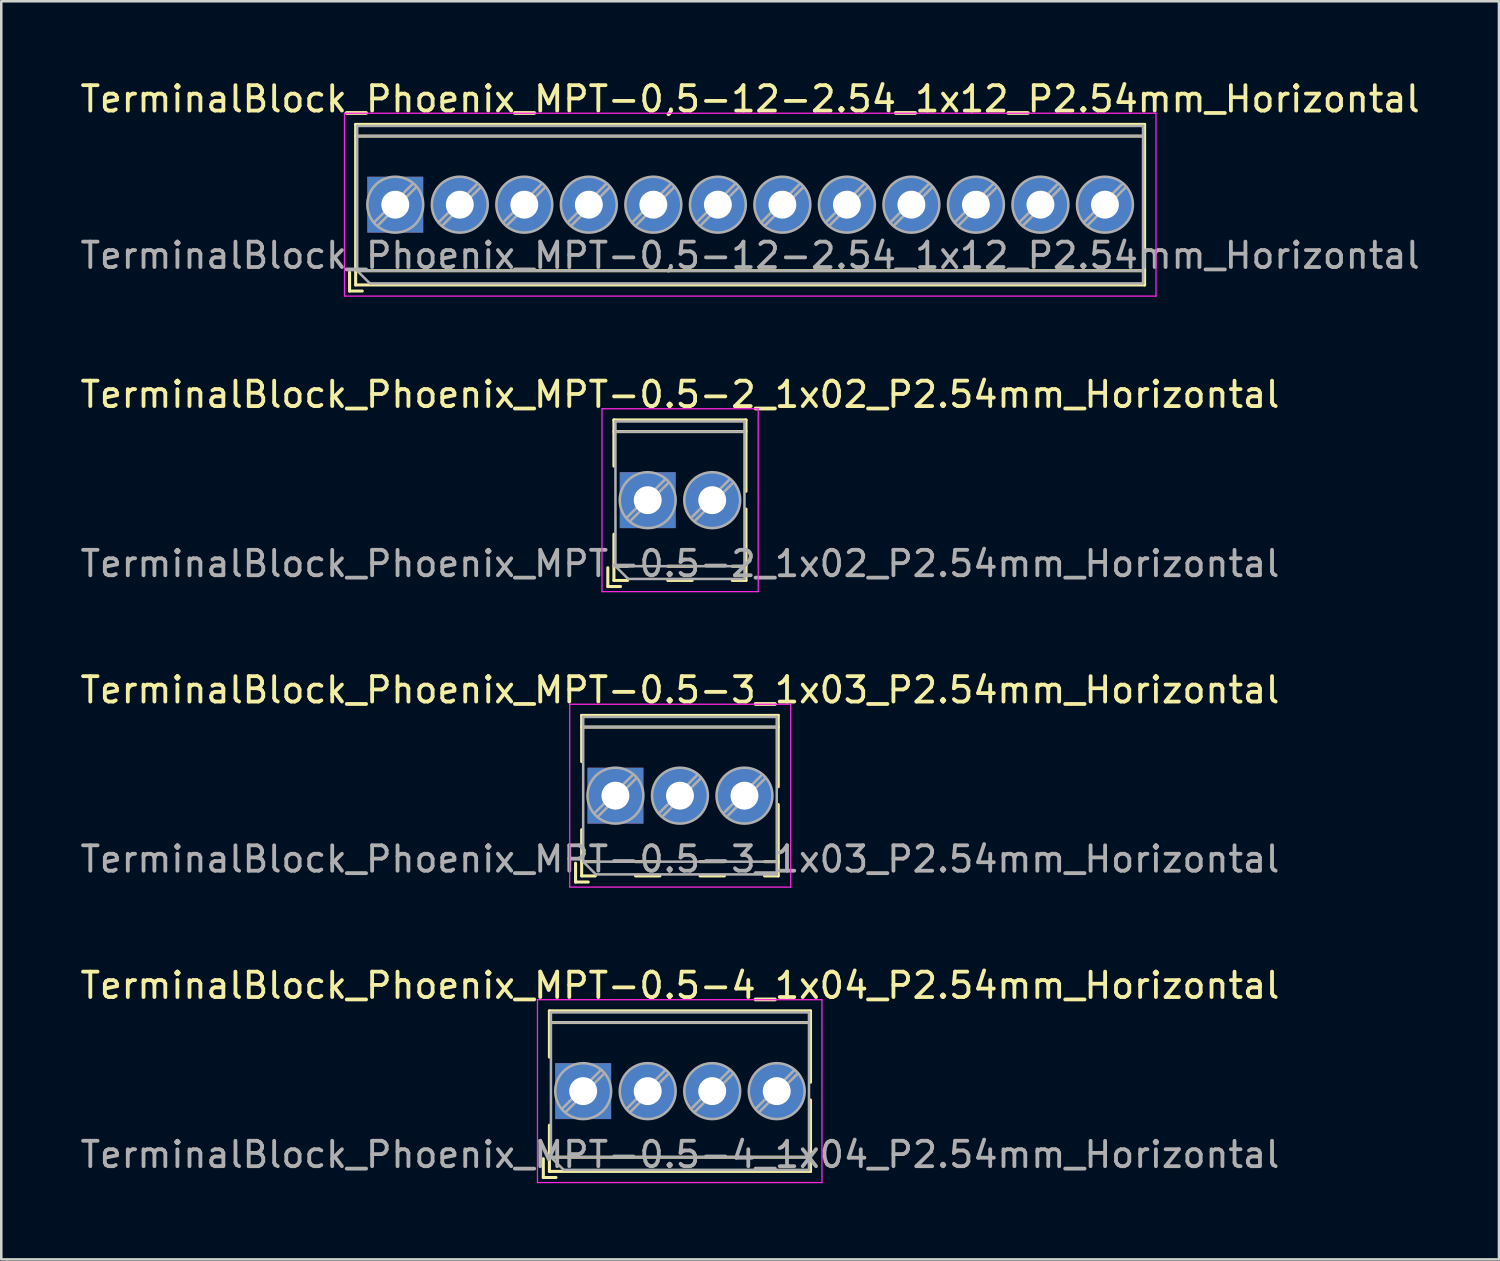
<source format=kicad_pcb>
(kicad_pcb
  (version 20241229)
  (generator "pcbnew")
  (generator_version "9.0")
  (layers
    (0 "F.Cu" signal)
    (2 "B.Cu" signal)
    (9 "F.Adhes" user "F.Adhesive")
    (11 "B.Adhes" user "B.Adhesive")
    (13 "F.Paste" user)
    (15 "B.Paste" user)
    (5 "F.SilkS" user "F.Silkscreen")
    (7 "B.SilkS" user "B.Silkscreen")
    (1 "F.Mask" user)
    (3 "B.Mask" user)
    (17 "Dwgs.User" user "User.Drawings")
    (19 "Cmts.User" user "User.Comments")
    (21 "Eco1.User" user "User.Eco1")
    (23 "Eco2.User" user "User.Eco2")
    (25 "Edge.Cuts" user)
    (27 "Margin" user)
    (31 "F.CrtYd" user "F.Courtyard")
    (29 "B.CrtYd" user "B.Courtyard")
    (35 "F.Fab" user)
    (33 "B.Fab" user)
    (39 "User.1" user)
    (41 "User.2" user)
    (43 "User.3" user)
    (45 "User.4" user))
  (footprint "TerminalBlock_Phoenix_MPT-0,5-12-2.54_1x12_P2.54mm_Horizontal"
    (layer "F.Cu")
    (at 12.512 5.008)
    (property "Reference" "TerminalBlock_Phoenix_MPT-0,5-12-2.54_1x12_P2.54mm_Horizontal" (at 13.97 -4.16 0) (layer "F.SilkS") (effects (font (size 1 1) (thickness 0.15))))
    (attr through_hole)
    (fp_line (start -1.8 2.66) (end -1.8 3.4) (stroke (width 0.12) (type solid)) (layer "F.SilkS"))
    (fp_line (start -1.8 3.4) (end -1.3 3.4) (stroke (width 0.12) (type solid)) (layer "F.SilkS"))
    (fp_line (start -1.56 -3.16) (end -1.56 3.16) (stroke (width 0.12) (type solid)) (layer "F.SilkS"))
    (fp_line (start -1.56 -3.16) (end 29.501 -3.16) (stroke (width 0.12) (type solid)) (layer "F.SilkS"))
    (fp_line (start -1.56 -2.7) (end 29.501 -2.7) (stroke (width 0.12) (type solid)) (layer "F.SilkS"))
    (fp_line (start -1.56 2.6) (end 29.501 2.6) (stroke (width 0.12) (type solid)) (layer "F.SilkS"))
    (fp_line (start -1.56 3.16) (end 29.501 3.16) (stroke (width 0.12) (type solid)) (layer "F.SilkS"))
    (fp_line (start 29.501 -3.16) (end 29.501 3.16) (stroke (width 0.12) (type solid)) (layer "F.SilkS"))
    (fp_line (start -2 -3.6) (end -2 3.6) (stroke (width 0.05) (type solid)) (layer "F.CrtYd"))
    (fp_line (start -2 3.6) (end 29.95 3.6) (stroke (width 0.05) (type solid)) (layer "F.CrtYd"))
    (fp_line (start 29.95 -3.6) (end -2 -3.6) (stroke (width 0.05) (type solid)) (layer "F.CrtYd"))
    (fp_line (start 29.95 3.6) (end 29.95 -3.6) (stroke (width 0.05) (type solid)) (layer "F.CrtYd"))
    (fp_line (start -1.5 -3.1) (end 29.44 -3.1) (stroke (width 0.1) (type solid)) (layer "F.Fab"))
    (fp_line (start -1.5 -2.7) (end 29.44 -2.7) (stroke (width 0.1) (type solid)) (layer "F.Fab"))
    (fp_line (start -1.5 2.6) (end -1.5 -3.1) (stroke (width 0.1) (type solid)) (layer "F.Fab"))
    (fp_line (start -1.5 2.6) (end 29.44 2.6) (stroke (width 0.1) (type solid)) (layer "F.Fab"))
    (fp_line (start -1 3.1) (end -1.5 2.6) (stroke (width 0.1) (type solid)) (layer "F.Fab"))
    (fp_line (start 0.701 -0.835) (end -0.835 0.7) (stroke (width 0.1) (type solid)) (layer "F.Fab"))
    (fp_line (start 0.835 -0.7) (end -0.701 0.835) (stroke (width 0.1) (type solid)) (layer "F.Fab"))
    (fp_line (start 3.241 -0.835) (end 1.706 0.7) (stroke (width 0.1) (type solid)) (layer "F.Fab"))
    (fp_line (start 3.375 -0.7) (end 1.84 0.835) (stroke (width 0.1) (type solid)) (layer "F.Fab"))
    (fp_line (start 5.781 -0.835) (end 4.246 0.7) (stroke (width 0.1) (type solid)) (layer "F.Fab"))
    (fp_line (start 5.915 -0.7) (end 4.38 0.835) (stroke (width 0.1) (type solid)) (layer "F.Fab"))
    (fp_line (start 8.321 -0.835) (end 6.786 0.7) (stroke (width 0.1) (type solid)) (layer "F.Fab"))
    (fp_line (start 8.455 -0.7) (end 6.92 0.835) (stroke (width 0.1) (type solid)) (layer "F.Fab"))
    (fp_line (start 10.861 -0.835) (end 9.326 0.7) (stroke (width 0.1) (type solid)) (layer "F.Fab"))
    (fp_line (start 10.995 -0.7) (end 9.46 0.835) (stroke (width 0.1) (type solid)) (layer "F.Fab"))
    (fp_line (start 13.401 -0.835) (end 11.866 0.7) (stroke (width 0.1) (type solid)) (layer "F.Fab"))
    (fp_line (start 13.535 -0.7) (end 12 0.835) (stroke (width 0.1) (type solid)) (layer "F.Fab"))
    (fp_line (start 15.941 -0.835) (end 14.406 0.7) (stroke (width 0.1) (type solid)) (layer "F.Fab"))
    (fp_line (start 16.075 -0.7) (end 14.54 0.835) (stroke (width 0.1) (type solid)) (layer "F.Fab"))
    (fp_line (start 18.481 -0.835) (end 16.946 0.7) (stroke (width 0.1) (type solid)) (layer "F.Fab"))
    (fp_line (start 18.615 -0.7) (end 17.08 0.835) (stroke (width 0.1) (type solid)) (layer "F.Fab"))
    (fp_line (start 21.021 -0.835) (end 19.486 0.7) (stroke (width 0.1) (type solid)) (layer "F.Fab"))
    (fp_line (start 21.155 -0.7) (end 19.62 0.835) (stroke (width 0.1) (type solid)) (layer "F.Fab"))
    (fp_line (start 23.561 -0.835) (end 22.026 0.7) (stroke (width 0.1) (type solid)) (layer "F.Fab"))
    (fp_line (start 23.695 -0.7) (end 22.16 0.835) (stroke (width 0.1) (type solid)) (layer "F.Fab"))
    (fp_line (start 26.101 -0.835) (end 24.566 0.7) (stroke (width 0.1) (type solid)) (layer "F.Fab"))
    (fp_line (start 26.235 -0.7) (end 24.7 0.835) (stroke (width 0.1) (type solid)) (layer "F.Fab"))
    (fp_line (start 28.641 -0.835) (end 27.106 0.7) (stroke (width 0.1) (type solid)) (layer "F.Fab"))
    (fp_line (start 28.775 -0.7) (end 27.24 0.835) (stroke (width 0.1) (type solid)) (layer "F.Fab"))
    (fp_line (start 29.44 -3.1) (end 29.44 3.1) (stroke (width 0.1) (type solid)) (layer "F.Fab"))
    (fp_line (start 29.44 3.1) (end -1 3.1) (stroke (width 0.1) (type solid)) (layer "F.Fab"))
    (fp_circle (center 0 0) (end 1.1 0) (stroke (width 0.1) (type solid)) (fill no) (layer "F.Fab"))
    (fp_circle (center 2.54 0) (end 3.64 0) (stroke (width 0.1) (type solid)) (fill no) (layer "F.Fab"))
    (fp_circle (center 5.08 0) (end 6.18 0) (stroke (width 0.1) (type solid)) (fill no) (layer "F.Fab"))
    (fp_circle (center 7.62 0) (end 8.72 0) (stroke (width 0.1) (type solid)) (fill no) (layer "F.Fab"))
    (fp_circle (center 10.16 0) (end 11.26 0) (stroke (width 0.1) (type solid)) (fill no) (layer "F.Fab"))
    (fp_circle (center 12.7 0) (end 13.8 0) (stroke (width 0.1) (type solid)) (fill no) (layer "F.Fab"))
    (fp_circle (center 15.24 0) (end 16.34 0) (stroke (width 0.1) (type solid)) (fill no) (layer "F.Fab"))
    (fp_circle (center 17.78 0) (end 18.88 0) (stroke (width 0.1) (type solid)) (fill no) (layer "F.Fab"))
    (fp_circle (center 20.32 0) (end 21.42 0) (stroke (width 0.1) (type solid)) (fill no) (layer "F.Fab"))
    (fp_circle (center 22.86 0) (end 23.96 0) (stroke (width 0.1) (type solid)) (fill no) (layer "F.Fab"))
    (fp_circle (center 25.4 0) (end 26.5 0) (stroke (width 0.1) (type solid)) (fill no) (layer "F.Fab"))
    (fp_circle (center 27.94 0) (end 29.04 0) (stroke (width 0.1) (type solid)) (fill no) (layer "F.Fab"))
    (fp_text user "${REFERENCE}" (at 13.97 2 0) (layer "F.Fab") (effects (font (size 1 1) (thickness 0.15))))
    (pad "1" thru_hole rect (at 0 0) (size 2.2 2.2) (drill 1.1) (layers "*.Cu" "*.Mask"))
    (pad "2" thru_hole circle (at 2.54 0) (size 2.2 2.2) (drill 1.1) (layers "*.Cu" "*.Mask"))
    (pad "3" thru_hole circle (at 5.08 0) (size 2.2 2.2) (drill 1.1) (layers "*.Cu" "*.Mask"))
    (pad "4" thru_hole circle (at 7.62 0) (size 2.2 2.2) (drill 1.1) (layers "*.Cu" "*.Mask"))
    (pad "5" thru_hole circle (at 10.16 0) (size 2.2 2.2) (drill 1.1) (layers "*.Cu" "*.Mask"))
    (pad "6" thru_hole circle (at 12.7 0) (size 2.2 2.2) (drill 1.1) (layers "*.Cu" "*.Mask"))
    (pad "7" thru_hole circle (at 15.24 0) (size 2.2 2.2) (drill 1.1) (layers "*.Cu" "*.Mask"))
    (pad "8" thru_hole circle (at 17.78 0) (size 2.2 2.2) (drill 1.1) (layers "*.Cu" "*.Mask"))
    (pad "9" thru_hole circle (at 20.32 0) (size 2.2 2.2) (drill 1.1) (layers "*.Cu" "*.Mask"))
    (pad "10" thru_hole circle (at 22.86 0) (size 2.2 2.2) (drill 1.1) (layers "*.Cu" "*.Mask"))
    (pad "11" thru_hole circle (at 25.4 0) (size 2.2 2.2) (drill 1.1) (layers "*.Cu" "*.Mask"))
    (pad "12" thru_hole circle (at 27.94 0) (size 2.2 2.2) (drill 1.1) (layers "*.Cu" "*.Mask")))
  (footprint "TerminalBlock_Phoenix_MPT-0.5-2_1x02_P2.54mm_Horizontal"
    (layer "F.Cu")
    (at 22.45 16.642)
    (property "Reference" "TerminalBlock_Phoenix_MPT-0.5-2_1x02_P2.54mm_Horizontal" (at 1.27 -4.16 0) (layer "F.SilkS") (effects (font (size 1 1) (thickness 0.15))))
    (attr through_hole)
    (fp_line (start -1.57 2.66) (end -1.57 3.4) (stroke (width 0.12) (type solid)) (layer "F.SilkS"))
    (fp_line (start -1.57 3.4) (end -1.07 3.4) (stroke (width 0.12) (type solid)) (layer "F.SilkS"))
    (fp_line (start -1.33 -3.16) (end -1.33 -1.34) (stroke (width 0.12) (type solid)) (layer "F.SilkS"))
    (fp_line (start -1.33 -3.16) (end 3.87 -3.16) (stroke (width 0.12) (type solid)) (layer "F.SilkS"))
    (fp_line (start -1.33 -2.7) (end 3.87 -2.7) (stroke (width 0.12) (type solid)) (layer "F.SilkS"))
    (fp_line (start -1.33 1.34) (end -1.33 3.16) (stroke (width 0.12) (type solid)) (layer "F.SilkS"))
    (fp_line (start -1.33 2.6) (end -0.79 2.6) (stroke (width 0.12) (type solid)) (layer "F.SilkS"))
    (fp_line (start -1.33 3.16) (end -0.79 3.16) (stroke (width 0.12) (type solid)) (layer "F.SilkS"))
    (fp_line (start 0.79 2.6) (end 1.75 2.6) (stroke (width 0.12) (type solid)) (layer "F.SilkS"))
    (fp_line (start 0.79 3.16) (end 1.75 3.16) (stroke (width 0.12) (type solid)) (layer "F.SilkS"))
    (fp_line (start 3.33 2.6) (end 3.87 2.6) (stroke (width 0.12) (type solid)) (layer "F.SilkS"))
    (fp_line (start 3.33 3.16) (end 3.87 3.16) (stroke (width 0.12) (type solid)) (layer "F.SilkS"))
    (fp_line (start 3.87 -3.16) (end 3.87 -0.35) (stroke (width 0.12) (type solid)) (layer "F.SilkS"))
    (fp_line (start 3.87 0.35) (end 3.87 3.16) (stroke (width 0.12) (type solid)) (layer "F.SilkS"))
    (fp_line (start -1.8 -3.6) (end -1.8 3.6) (stroke (width 0.05) (type solid)) (layer "F.CrtYd"))
    (fp_line (start -1.8 3.6) (end 4.35 3.6) (stroke (width 0.05) (type solid)) (layer "F.CrtYd"))
    (fp_line (start 4.35 -3.6) (end -1.8 -3.6) (stroke (width 0.05) (type solid)) (layer "F.CrtYd"))
    (fp_line (start 4.35 3.6) (end 4.35 -3.6) (stroke (width 0.05) (type solid)) (layer "F.CrtYd"))
    (fp_line (start -1.27 -3.1) (end 3.81 -3.1) (stroke (width 0.1) (type solid)) (layer "F.Fab"))
    (fp_line (start -1.27 -2.7) (end 3.81 -2.7) (stroke (width 0.1) (type solid)) (layer "F.Fab"))
    (fp_line (start -1.27 2.6) (end -1.27 -3.1) (stroke (width 0.1) (type solid)) (layer "F.Fab"))
    (fp_line (start -1.27 2.6) (end 3.81 2.6) (stroke (width 0.1) (type solid)) (layer "F.Fab"))
    (fp_line (start -0.77 3.1) (end -1.27 2.6) (stroke (width 0.1) (type solid)) (layer "F.Fab"))
    (fp_line (start 0.701 -0.835) (end -0.835 0.7) (stroke (width 0.1) (type solid)) (layer "F.Fab"))
    (fp_line (start 0.835 -0.7) (end -0.701 0.835) (stroke (width 0.1) (type solid)) (layer "F.Fab"))
    (fp_line (start 3.241 -0.835) (end 1.706 0.7) (stroke (width 0.1) (type solid)) (layer "F.Fab"))
    (fp_line (start 3.375 -0.7) (end 1.84 0.835) (stroke (width 0.1) (type solid)) (layer "F.Fab"))
    (fp_line (start 3.81 -3.1) (end 3.81 3.1) (stroke (width 0.1) (type solid)) (layer "F.Fab"))
    (fp_line (start 3.81 3.1) (end -0.77 3.1) (stroke (width 0.1) (type solid)) (layer "F.Fab"))
    (fp_circle (center 0 0) (end 1.1 0) (stroke (width 0.1) (type solid)) (fill no) (layer "F.Fab"))
    (fp_circle (center 2.54 0) (end 3.64 0) (stroke (width 0.1) (type solid)) (fill no) (layer "F.Fab"))
    (fp_text user "${REFERENCE}" (at 1.27 2.5 0) (layer "F.Fab") (effects (font (size 1 1) (thickness 0.15))))
    (pad "" np_thru_hole rect (at 0 2.54) (size 0.001 0.001) (drill 1.1) (layers "*.Cu" "*.Mask"))
    (pad "" np_thru_hole circle (at 2.54 2.54) (size 0.001 0.001) (drill 1.1) (layers "*.Cu" "*.Mask"))
    (pad "1" thru_hole rect (at 0 0) (size 2.2 2.2) (drill 1.1) (layers "*.Cu" "*.Mask"))
    (pad "2" thru_hole circle (at 2.54 0) (size 2.2 2.2) (drill 1.1) (layers "*.Cu" "*.Mask")))
  (footprint "TerminalBlock_Phoenix_MPT-0.5-4_1x04_P2.54mm_Horizontal"
    (layer "F.Cu")
    (at 19.91 39.908)
    (property "Reference" "TerminalBlock_Phoenix_MPT-0.5-4_1x04_P2.54mm_Horizontal" (at 3.81 -4.16 0) (layer "F.SilkS") (effects (font (size 1 1) (thickness 0.15))))
    (attr through_hole)
    (fp_line (start -1.57 2.66) (end -1.57 3.4) (stroke (width 0.12) (type solid)) (layer "F.SilkS"))
    (fp_line (start -1.57 3.4) (end -1.07 3.4) (stroke (width 0.12) (type solid)) (layer "F.SilkS"))
    (fp_line (start -1.33 -3.16) (end -1.33 -1.34) (stroke (width 0.12) (type solid)) (layer "F.SilkS"))
    (fp_line (start -1.33 -3.16) (end 8.95 -3.16) (stroke (width 0.12) (type solid)) (layer "F.SilkS"))
    (fp_line (start -1.33 -2.7) (end 8.95 -2.7) (stroke (width 0.12) (type solid)) (layer "F.SilkS"))
    (fp_line (start -1.33 1.34) (end -1.33 3.16) (stroke (width 0.12) (type solid)) (layer "F.SilkS"))
    (fp_line (start -1.33 2.6) (end 8.95 2.6) (stroke (width 0.12) (type solid)) (layer "F.SilkS"))
    (fp_line (start -1.33 3.16) (end 8.95 3.16) (stroke (width 0.12) (type solid)) (layer "F.SilkS"))
    (fp_line (start 8.95 -3.16) (end 8.95 -0.35) (stroke (width 0.12) (type solid)) (layer "F.SilkS"))
    (fp_line (start 8.95 0.35) (end 8.95 3.16) (stroke (width 0.12) (type solid)) (layer "F.SilkS"))
    (fp_line (start -1.8 -3.6) (end -1.8 3.6) (stroke (width 0.05) (type solid)) (layer "F.CrtYd"))
    (fp_line (start -1.8 3.6) (end 9.4 3.6) (stroke (width 0.05) (type solid)) (layer "F.CrtYd"))
    (fp_line (start 9.4 -3.6) (end -1.8 -3.6) (stroke (width 0.05) (type solid)) (layer "F.CrtYd"))
    (fp_line (start 9.4 3.6) (end 9.4 -3.6) (stroke (width 0.05) (type solid)) (layer "F.CrtYd"))
    (fp_line (start -1.27 -3.1) (end 8.89 -3.1) (stroke (width 0.1) (type solid)) (layer "F.Fab"))
    (fp_line (start -1.27 -2.7) (end 8.89 -2.7) (stroke (width 0.1) (type solid)) (layer "F.Fab"))
    (fp_line (start -1.27 2.6) (end -1.27 -3.1) (stroke (width 0.1) (type solid)) (layer "F.Fab"))
    (fp_line (start -1.27 2.6) (end 8.89 2.6) (stroke (width 0.1) (type solid)) (layer "F.Fab"))
    (fp_line (start -0.77 3.1) (end -1.27 2.6) (stroke (width 0.1) (type solid)) (layer "F.Fab"))
    (fp_line (start 0.701 -0.835) (end -0.835 0.7) (stroke (width 0.1) (type solid)) (layer "F.Fab"))
    (fp_line (start 0.835 -0.7) (end -0.701 0.835) (stroke (width 0.1) (type solid)) (layer "F.Fab"))
    (fp_line (start 3.241 -0.835) (end 1.706 0.7) (stroke (width 0.1) (type solid)) (layer "F.Fab"))
    (fp_line (start 3.375 -0.7) (end 1.84 0.835) (stroke (width 0.1) (type solid)) (layer "F.Fab"))
    (fp_line (start 5.781 -0.835) (end 4.246 0.7) (stroke (width 0.1) (type solid)) (layer "F.Fab"))
    (fp_line (start 5.915 -0.7) (end 4.38 0.835) (stroke (width 0.1) (type solid)) (layer "F.Fab"))
    (fp_line (start 8.321 -0.835) (end 6.786 0.7) (stroke (width 0.1) (type solid)) (layer "F.Fab"))
    (fp_line (start 8.455 -0.7) (end 6.92 0.835) (stroke (width 0.1) (type solid)) (layer "F.Fab"))
    (fp_line (start 8.89 -3.1) (end 8.89 3.1) (stroke (width 0.1) (type solid)) (layer "F.Fab"))
    (fp_line (start 8.89 3.1) (end -0.77 3.1) (stroke (width 0.1) (type solid)) (layer "F.Fab"))
    (fp_circle (center 0 0) (end 1.1 0) (stroke (width 0.1) (type solid)) (fill no) (layer "F.Fab"))
    (fp_circle (center 2.54 0) (end 3.64 0) (stroke (width 0.1) (type solid)) (fill no) (layer "F.Fab"))
    (fp_circle (center 5.08 0) (end 6.18 0) (stroke (width 0.1) (type solid)) (fill no) (layer "F.Fab"))
    (fp_circle (center 7.62 0) (end 8.72 0) (stroke (width 0.1) (type solid)) (fill no) (layer "F.Fab"))
    (fp_text user "${REFERENCE}" (at 3.81 2.5 0) (layer "F.Fab") (effects (font (size 1 1) (thickness 0.15))))
    (pad "1" thru_hole rect (at 0 0) (size 2.2 2.2) (drill 1.1) (layers "*.Cu" "*.Mask"))
    (pad "2" thru_hole circle (at 2.54 0) (size 2.2 2.2) (drill 1.1) (layers "*.Cu" "*.Mask"))
    (pad "3" thru_hole circle (at 5.08 0) (size 2.2 2.2) (drill 1.1) (layers "*.Cu" "*.Mask"))
    (pad "4" thru_hole circle (at 7.62 0) (size 2.2 2.2) (drill 1.1) (layers "*.Cu" "*.Mask")))
  (footprint "TerminalBlock_Phoenix_MPT-0.5-3_1x03_P2.54mm_Horizontal"
    (layer "F.Cu")
    (at 21.18 28.275)
    (property "Reference" "TerminalBlock_Phoenix_MPT-0.5-3_1x03_P2.54mm_Horizontal" (at 2.54 -4.16 0) (layer "F.SilkS") (effects (font (size 1 1) (thickness 0.15))))
    (attr through_hole)
    (fp_line (start -1.57 2.66) (end -1.57 3.4) (stroke (width 0.12) (type solid)) (layer "F.SilkS"))
    (fp_line (start -1.57 3.4) (end -1.07 3.4) (stroke (width 0.12) (type solid)) (layer "F.SilkS"))
    (fp_line (start -1.33 -3.16) (end -1.33 -1.34) (stroke (width 0.12) (type solid)) (layer "F.SilkS"))
    (fp_line (start -1.33 -3.16) (end 6.41 -3.16) (stroke (width 0.12) (type solid)) (layer "F.SilkS"))
    (fp_line (start -1.33 -2.7) (end 6.41 -2.7) (stroke (width 0.12) (type solid)) (layer "F.SilkS"))
    (fp_line (start -1.33 1.34) (end -1.33 3.16) (stroke (width 0.12) (type solid)) (layer "F.SilkS"))
    (fp_line (start -1.33 2.6) (end -0.79 2.6) (stroke (width 0.12) (type solid)) (layer "F.SilkS"))
    (fp_line (start -1.33 3.16) (end -0.79 3.16) (stroke (width 0.12) (type solid)) (layer "F.SilkS"))
    (fp_line (start 0.79 2.6) (end 1.75 2.6) (stroke (width 0.12) (type solid)) (layer "F.SilkS"))
    (fp_line (start 0.79 3.16) (end 1.75 3.16) (stroke (width 0.12) (type solid)) (layer "F.SilkS"))
    (fp_line (start 3.33 2.6) (end 4.29 2.6) (stroke (width 0.12) (type solid)) (layer "F.SilkS"))
    (fp_line (start 3.33 3.16) (end 4.29 3.16) (stroke (width 0.12) (type solid)) (layer "F.SilkS"))
    (fp_line (start 5.87 2.6) (end 6.41 2.6) (stroke (width 0.12) (type solid)) (layer "F.SilkS"))
    (fp_line (start 5.87 3.16) (end 6.41 3.16) (stroke (width 0.12) (type solid)) (layer "F.SilkS"))
    (fp_line (start 6.41 -3.16) (end 6.41 -0.35) (stroke (width 0.12) (type solid)) (layer "F.SilkS"))
    (fp_line (start 6.41 0.35) (end 6.41 3.16) (stroke (width 0.12) (type solid)) (layer "F.SilkS"))
    (fp_line (start -1.8 -3.6) (end -1.8 3.6) (stroke (width 0.05) (type solid)) (layer "F.CrtYd"))
    (fp_line (start -1.8 3.6) (end 6.9 3.6) (stroke (width 0.05) (type solid)) (layer "F.CrtYd"))
    (fp_line (start 6.9 -3.6) (end -1.8 -3.6) (stroke (width 0.05) (type solid)) (layer "F.CrtYd"))
    (fp_line (start 6.9 3.6) (end 6.9 -3.6) (stroke (width 0.05) (type solid)) (layer "F.CrtYd"))
    (fp_line (start -1.27 -3.1) (end 6.35 -3.1) (stroke (width 0.1) (type solid)) (layer "F.Fab"))
    (fp_line (start -1.27 -2.7) (end 6.35 -2.7) (stroke (width 0.1) (type solid)) (layer "F.Fab"))
    (fp_line (start -1.27 2.6) (end -1.27 -3.1) (stroke (width 0.1) (type solid)) (layer "F.Fab"))
    (fp_line (start -1.27 2.6) (end 6.35 2.6) (stroke (width 0.1) (type solid)) (layer "F.Fab"))
    (fp_line (start -0.77 3.1) (end -1.27 2.6) (stroke (width 0.1) (type solid)) (layer "F.Fab"))
    (fp_line (start 0.701 -0.835) (end -0.835 0.7) (stroke (width 0.1) (type solid)) (layer "F.Fab"))
    (fp_line (start 0.835 -0.7) (end -0.701 0.835) (stroke (width 0.1) (type solid)) (layer "F.Fab"))
    (fp_line (start 3.241 -0.835) (end 1.706 0.7) (stroke (width 0.1) (type solid)) (layer "F.Fab"))
    (fp_line (start 3.375 -0.7) (end 1.84 0.835) (stroke (width 0.1) (type solid)) (layer "F.Fab"))
    (fp_line (start 5.781 -0.835) (end 4.246 0.7) (stroke (width 0.1) (type solid)) (layer "F.Fab"))
    (fp_line (start 5.915 -0.7) (end 4.38 0.835) (stroke (width 0.1) (type solid)) (layer "F.Fab"))
    (fp_line (start 6.35 -3.1) (end 6.35 3.1) (stroke (width 0.1) (type solid)) (layer "F.Fab"))
    (fp_line (start 6.35 3.1) (end -0.77 3.1) (stroke (width 0.1) (type solid)) (layer "F.Fab"))
    (fp_circle (center 0 0) (end 1.1 0) (stroke (width 0.1) (type solid)) (fill no) (layer "F.Fab"))
    (fp_circle (center 2.54 0) (end 3.64 0) (stroke (width 0.1) (type solid)) (fill no) (layer "F.Fab"))
    (fp_circle (center 5.08 0) (end 6.18 0) (stroke (width 0.1) (type solid)) (fill no) (layer "F.Fab"))
    (fp_text user "${REFERENCE}" (at 2.54 2.5 0) (layer "F.Fab") (effects (font (size 1 1) (thickness 0.15))))
    (pad "" np_thru_hole rect (at 0 2.54) (size 0.001 0.001) (drill 1.1) (layers "*.Cu" "*.Mask"))
    (pad "" np_thru_hole circle (at 2.54 2.54) (size 0.001 0.001) (drill 1.1) (layers "*.Cu" "*.Mask"))
    (pad "" np_thru_hole circle (at 5.08 2.54) (size 0.001 0.001) (drill 1.1) (layers "*.Cu" "*.Mask"))
    (pad "1" thru_hole rect (at 0 0) (size 2.2 2.2) (drill 1.1) (layers "*.Cu" "*.Mask"))
    (pad "2" thru_hole circle (at 2.54 0) (size 2.2 2.2) (drill 1.1) (layers "*.Cu" "*.Mask"))
    (pad "3" thru_hole circle (at 5.08 0) (size 2.2 2.2) (drill 1.1) (layers "*.Cu" "*.Mask")))
  (gr_rect
    (start -3 -3)
    (end 55.964 46.533)
    (stroke (width 0.1) (type default))
    (fill no)
    (layer "Edge.Cuts")))
</source>
